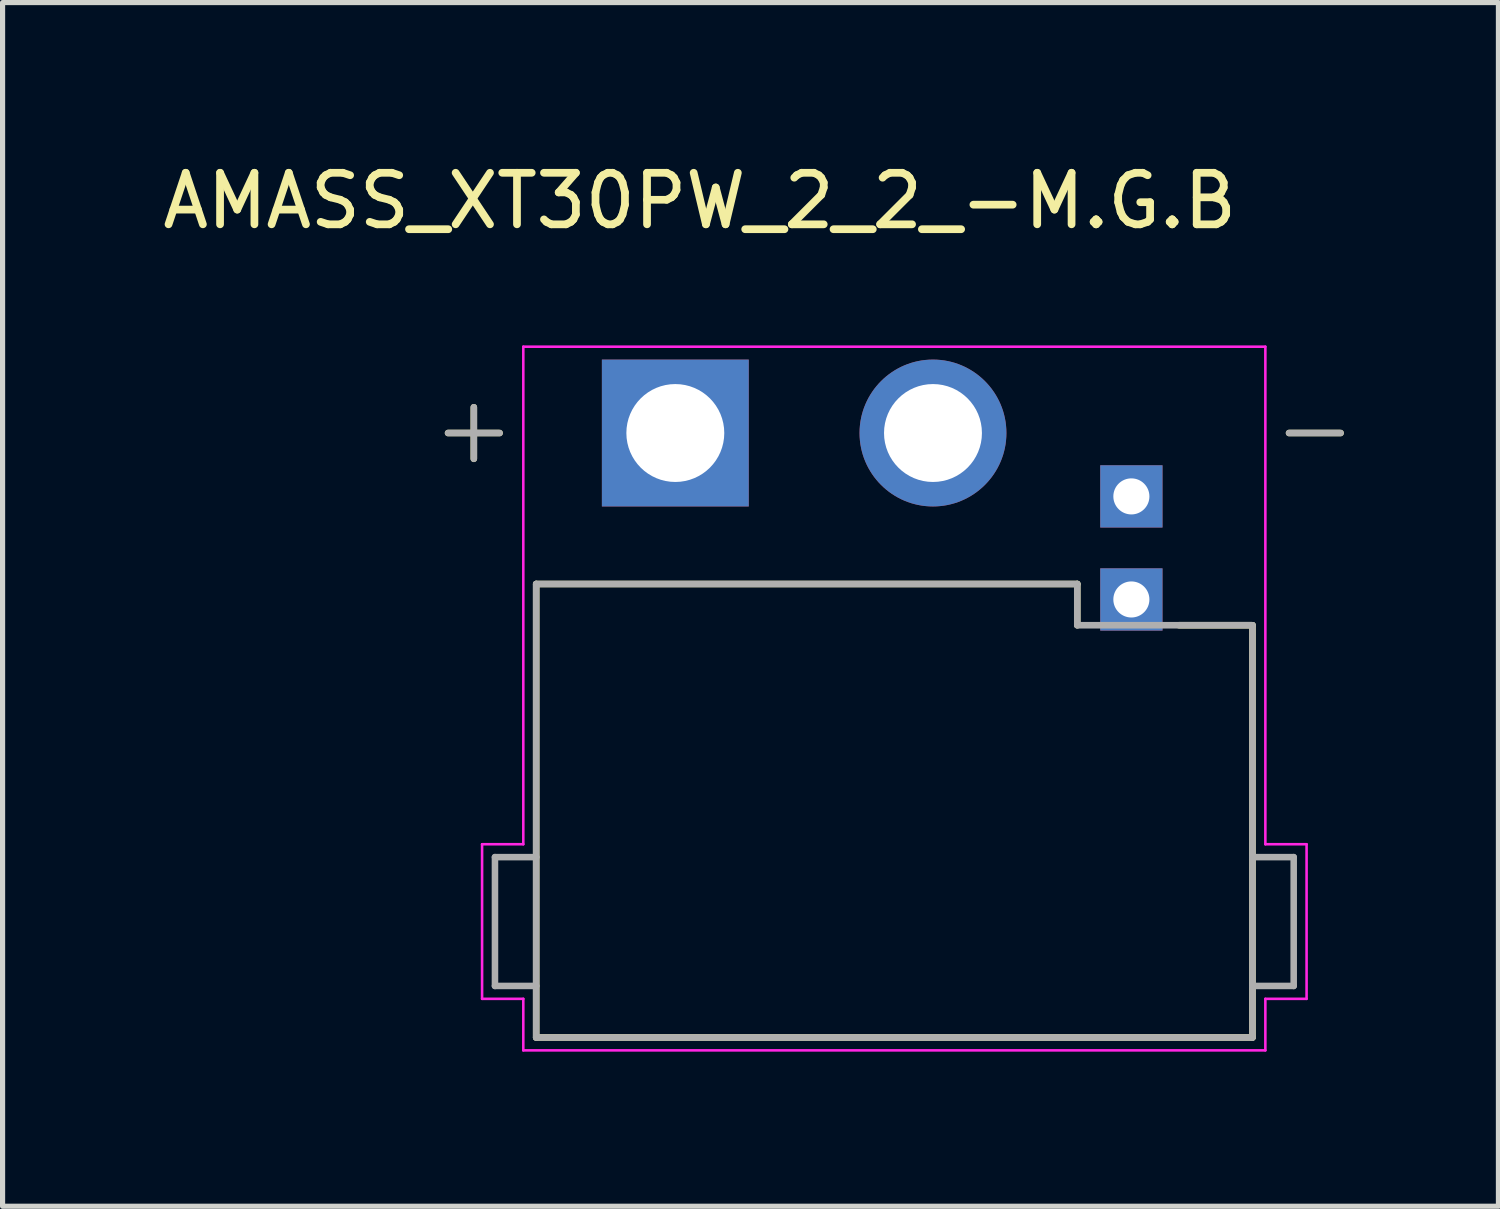
<source format=kicad_pcb>
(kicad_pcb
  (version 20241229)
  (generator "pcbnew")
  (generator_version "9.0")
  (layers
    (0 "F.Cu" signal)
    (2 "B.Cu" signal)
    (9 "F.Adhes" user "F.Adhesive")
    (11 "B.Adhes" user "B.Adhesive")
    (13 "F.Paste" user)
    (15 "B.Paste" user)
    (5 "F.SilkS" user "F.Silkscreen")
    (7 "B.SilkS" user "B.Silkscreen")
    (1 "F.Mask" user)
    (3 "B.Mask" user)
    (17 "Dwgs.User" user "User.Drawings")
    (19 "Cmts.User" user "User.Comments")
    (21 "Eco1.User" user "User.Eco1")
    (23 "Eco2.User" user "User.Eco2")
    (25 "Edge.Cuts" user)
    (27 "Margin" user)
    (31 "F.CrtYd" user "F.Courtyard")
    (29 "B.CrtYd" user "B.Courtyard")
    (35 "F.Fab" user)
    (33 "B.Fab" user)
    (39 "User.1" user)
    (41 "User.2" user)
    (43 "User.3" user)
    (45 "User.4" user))
  (footprint "AMASS_XT30PW_2_2_-M.G.B"
    (layer "F.Cu")
    (at 14.305 12.683)
    (property "Reference" "AMASS_XT30PW_2_2_-M.G.B" (at -3.775 -11.835 0) (layer "F.SilkS") (effects (font (size 1 1) (thickness 0.15))))
    (attr through_hole)
    (fp_line (start -8.66 -7.33) (end -7.66 -7.33) (stroke (width 0.127) (type solid)) (layer "F.SilkS"))
    (fp_line (start -8.16 -7.83) (end -8.16 -6.83) (stroke (width 0.127) (type solid)) (layer "F.SilkS"))
    (fp_line (start -6.95 -4.4) (end 3.55 -4.4) (stroke (width 0.127) (type solid)) (layer "F.SilkS"))
    (fp_line (start -6.95 4.4) (end -6.95 -4.4) (stroke (width 0.127) (type solid)) (layer "F.SilkS"))
    (fp_line (start 3.55 -3.6) (end 3.55 -4.4) (stroke (width 0.127) (type solid)) (layer "F.SilkS"))
    (fp_line (start 6.95 -3.6) (end 5.524 -3.6) (stroke (width 0.127) (type solid)) (layer "F.SilkS"))
    (fp_line (start 6.95 -3.6) (end 6.95 4.4) (stroke (width 0.127) (type solid)) (layer "F.SilkS"))
    (fp_line (start 6.95 4.4) (end -6.95 4.4) (stroke (width 0.127) (type solid)) (layer "F.SilkS"))
    (fp_line (start 7.66 -7.33) (end 8.66 -7.33) (stroke (width 0.127) (type solid)) (layer "F.SilkS"))
    (fp_line (start -8 0.65) (end -8 3.65) (stroke (width 0.05) (type solid)) (layer "F.CrtYd"))
    (fp_line (start -8 0.65) (end -7.2 0.65) (stroke (width 0.05) (type solid)) (layer "F.CrtYd"))
    (fp_line (start -8 3.65) (end -7.2 3.65) (stroke (width 0.05) (type solid)) (layer "F.CrtYd"))
    (fp_line (start -7.2 -9.005) (end -7.2 0.65) (stroke (width 0.05) (type solid)) (layer "F.CrtYd"))
    (fp_line (start -7.2 3.65) (end -7.2 4.65) (stroke (width 0.05) (type solid)) (layer "F.CrtYd"))
    (fp_line (start -7.2 4.65) (end 7.2 4.65) (stroke (width 0.05) (type solid)) (layer "F.CrtYd"))
    (fp_line (start 7.2 -9.005) (end -7.2 -9.005) (stroke (width 0.05) (type solid)) (layer "F.CrtYd"))
    (fp_line (start 7.2 -9.005) (end 7.2 0.65) (stroke (width 0.05) (type solid)) (layer "F.CrtYd"))
    (fp_line (start 7.2 0.65) (end 8 0.65) (stroke (width 0.05) (type solid)) (layer "F.CrtYd"))
    (fp_line (start 7.2 3.65) (end 7.2 4.65) (stroke (width 0.05) (type solid)) (layer "F.CrtYd"))
    (fp_line (start 7.2 3.65) (end 8 3.65) (stroke (width 0.05) (type solid)) (layer "F.CrtYd"))
    (fp_line (start 8 3.65) (end 8 0.65) (stroke (width 0.05) (type solid)) (layer "F.CrtYd"))
    (fp_line (start -8.66 -7.33) (end -7.66 -7.33) (stroke (width 0.127) (type solid)) (layer "F.Fab"))
    (fp_line (start -8.16 -7.83) (end -8.16 -6.83) (stroke (width 0.127) (type solid)) (layer "F.Fab"))
    (fp_line (start -7.75 3.4) (end -7.75 0.9) (stroke (width 0.127) (type solid)) (layer "F.Fab"))
    (fp_line (start -7.75 3.4) (end -6.95 3.4) (stroke (width 0.127) (type solid)) (layer "F.Fab"))
    (fp_line (start -6.95 -4.4) (end 3.55 -4.4) (stroke (width 0.127) (type solid)) (layer "F.Fab"))
    (fp_line (start -6.95 0.9) (end -7.75 0.9) (stroke (width 0.127) (type solid)) (layer "F.Fab"))
    (fp_line (start -6.95 0.9) (end -6.95 -4.4) (stroke (width 0.127) (type solid)) (layer "F.Fab"))
    (fp_line (start -6.95 3.4) (end -6.95 0.9) (stroke (width 0.127) (type solid)) (layer "F.Fab"))
    (fp_line (start -6.95 4.4) (end -6.95 3.4) (stroke (width 0.127) (type solid)) (layer "F.Fab"))
    (fp_line (start 3.55 -3.6) (end 3.55 -4.4) (stroke (width 0.127) (type solid)) (layer "F.Fab"))
    (fp_line (start 6.95 -3.6) (end 3.55 -3.6) (stroke (width 0.127) (type solid)) (layer "F.Fab"))
    (fp_line (start 6.95 -3.6) (end 6.95 0.9) (stroke (width 0.127) (type solid)) (layer "F.Fab"))
    (fp_line (start 6.95 0.9) (end 6.95 3.4) (stroke (width 0.127) (type solid)) (layer "F.Fab"))
    (fp_line (start 6.95 3.4) (end 6.95 4.4) (stroke (width 0.127) (type solid)) (layer "F.Fab"))
    (fp_line (start 6.95 3.4) (end 7.75 3.4) (stroke (width 0.127) (type solid)) (layer "F.Fab"))
    (fp_line (start 6.95 4.4) (end -6.95 4.4) (stroke (width 0.127) (type solid)) (layer "F.Fab"))
    (fp_line (start 7.66 -7.33) (end 8.66 -7.33) (stroke (width 0.127) (type solid)) (layer "F.Fab"))
    (fp_line (start 7.75 0.9) (end 6.95 0.9) (stroke (width 0.127) (type solid)) (layer "F.Fab"))
    (fp_line (start 7.75 3.4) (end 7.75 0.9) (stroke (width 0.127) (type solid)) (layer "F.Fab"))
    (pad "N" thru_hole circle (at 0.75 -7.33) (size 2.85 2.85) (drill 1.9) (layers "*.Cu" "*.Mask"))
    (pad "P" thru_hole rect (at -4.25 -7.33) (size 2.85 2.85) (drill 1.9) (layers "*.Cu" "*.Mask"))
    (pad "S1" thru_hole rect (at 4.6 -4.1) (size 1.208 1.208) (drill oval 0.7) (layers "*.Cu" "*.Mask"))
    (pad "S2" thru_hole rect (at 4.6 -6.1) (size 1.208 1.208) (drill oval 0.7) (layers "*.Cu" "*.Mask")))
  (gr_rect
    (start -3 -3)
    (end 26.028 20.358)
    (stroke (width 0.1) (type default))
    (fill no)
    (layer "Edge.Cuts")))
</source>
